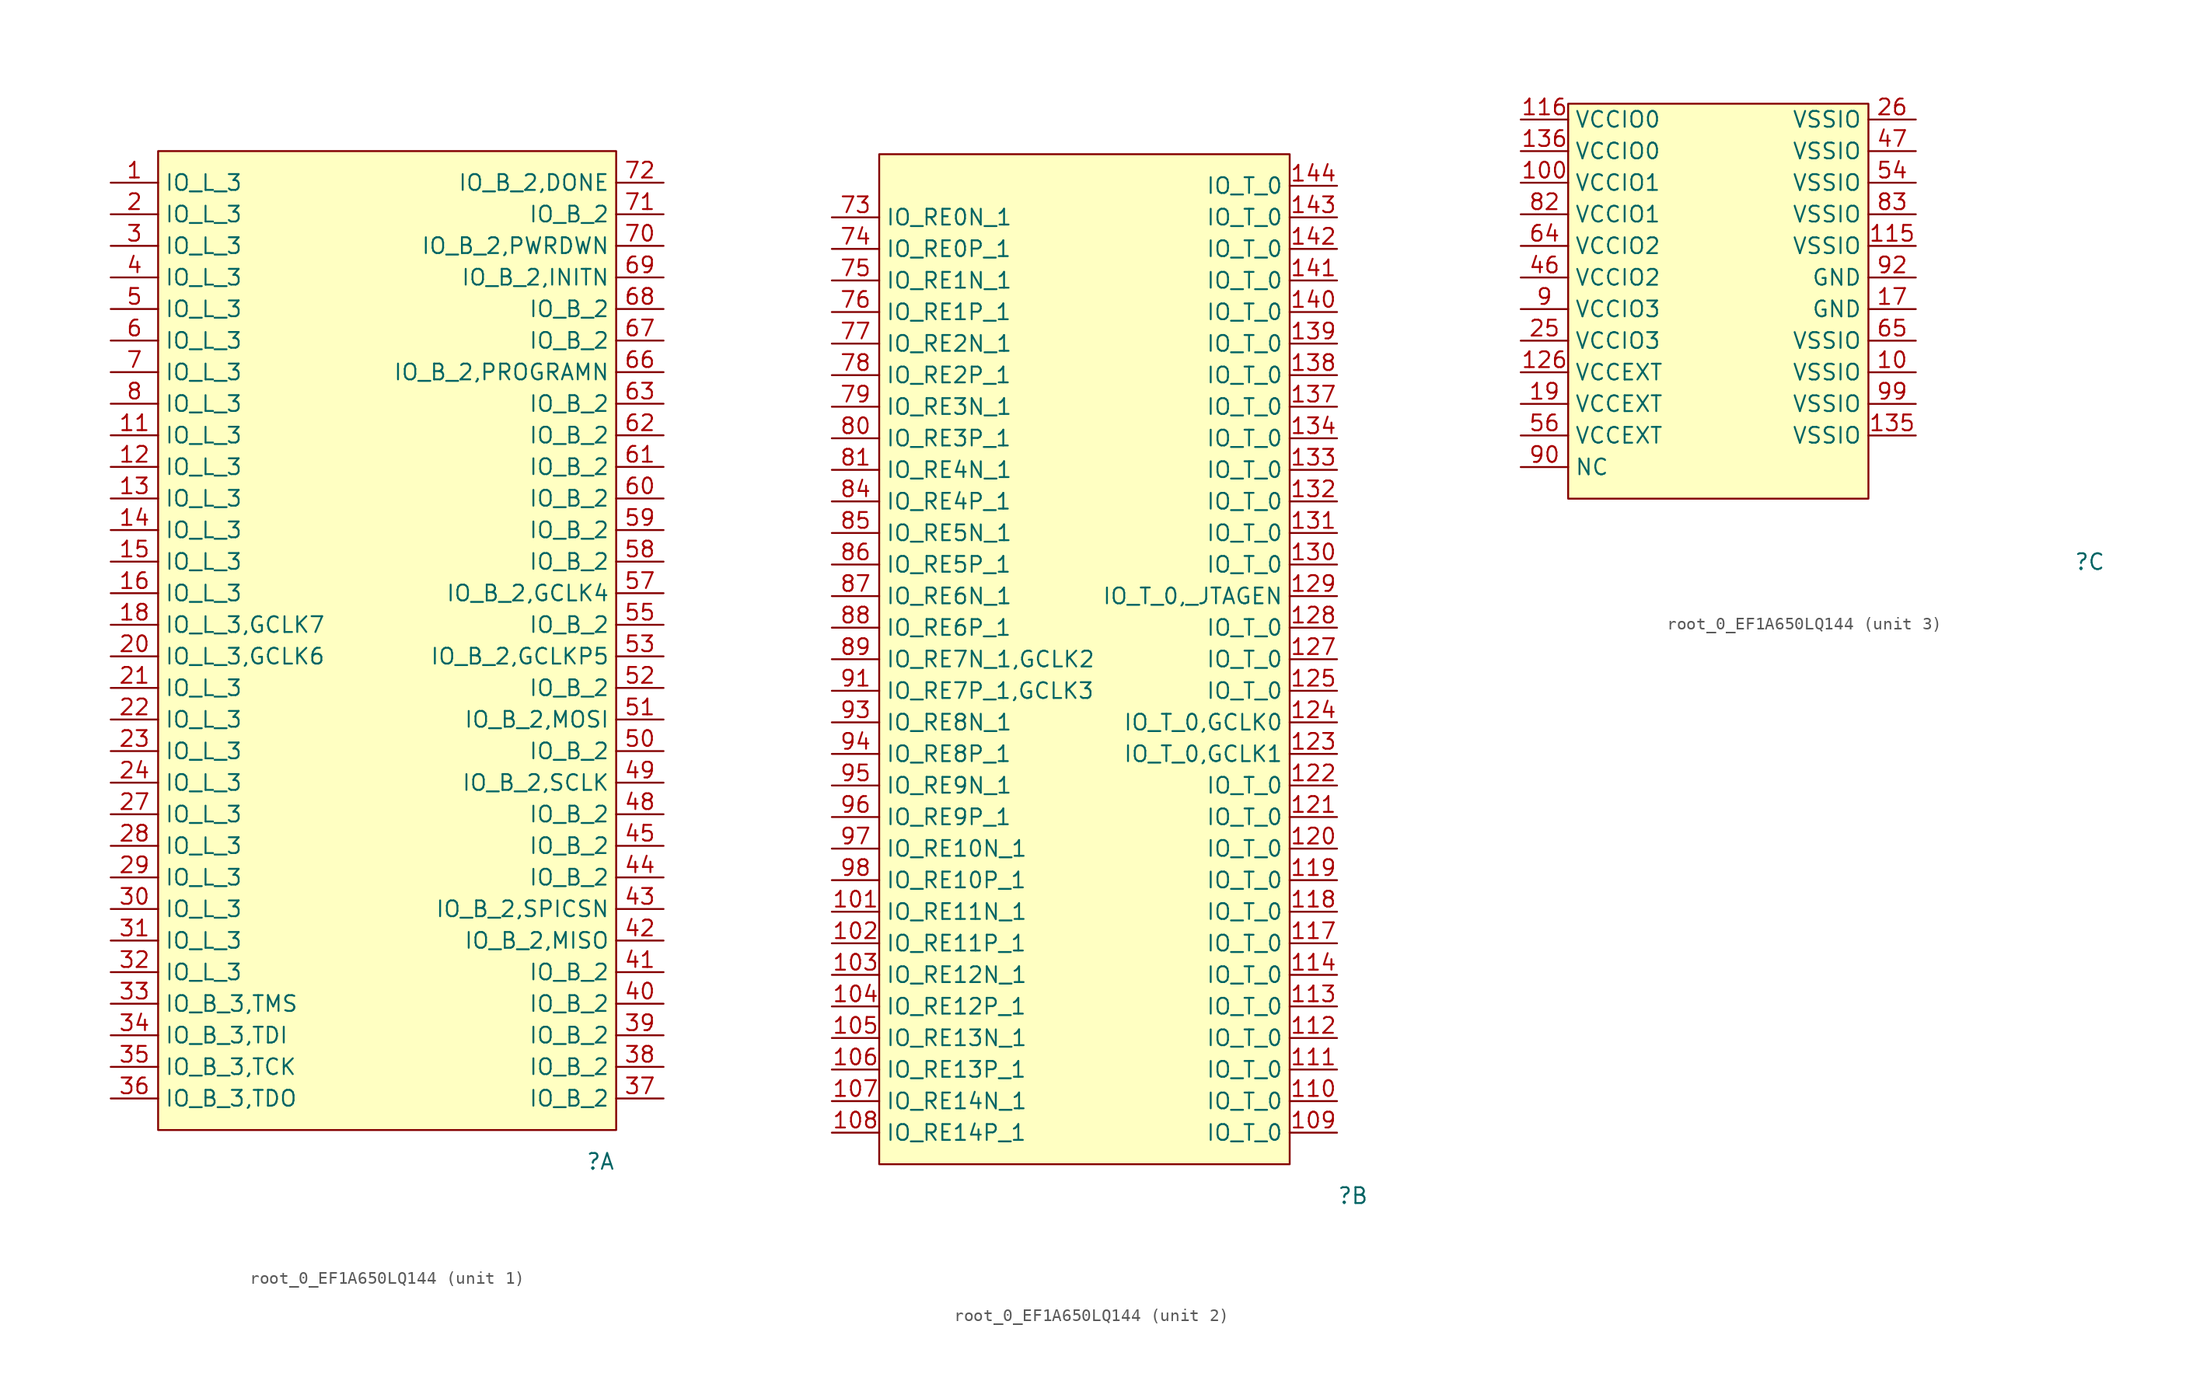
<source format=kicad_sym>
(kicad_symbol_lib
  (version 20220914)
  (generator kicad_symbol_editor)
  (symbol "root_0_EF1A650LQ144"
    (property "Reference" ""
      (at 43.18 -2.54 0)
      (effects (font (size 1.27 1.27))))
    (property "Value" ""
      (at 43.18 -2.54 0)
      (effects (font (size 1.27 1.27))))
    (symbol "root_0_EF1A650LQ144_1_0"
      (rectangle (start 44.45 78.74) (end 7.62 0) (stroke (width 0) (type solid)) (fill (type background)))
      (pin passive line (at 3.81 76.2 0) (length 3.81) (name "IO_L_3" (effects (font (size 1.27 1.27)))) (number "1" (effects (font (size 1.27 1.27)))))
      (pin passive line (at 3.81 55.88 0) (length 3.81) (name "IO_L_3" (effects (font (size 1.27 1.27)))) (number "11" (effects (font (size 1.27 1.27)))))
      (pin passive line (at 3.81 53.34 0) (length 3.81) (name "IO_L_3" (effects (font (size 1.27 1.27)))) (number "12" (effects (font (size 1.27 1.27)))))
      (pin passive line (at 3.81 50.8 0) (length 3.81) (name "IO_L_3" (effects (font (size 1.27 1.27)))) (number "13" (effects (font (size 1.27 1.27)))))
      (pin passive line (at 3.81 48.26 0) (length 3.81) (name "IO_L_3" (effects (font (size 1.27 1.27)))) (number "14" (effects (font (size 1.27 1.27)))))
      (pin passive line (at 3.81 45.72 0) (length 3.81) (name "IO_L_3" (effects (font (size 1.27 1.27)))) (number "15" (effects (font (size 1.27 1.27)))))
      (pin passive line (at 3.81 43.18 0) (length 3.81) (name "IO_L_3" (effects (font (size 1.27 1.27)))) (number "16" (effects (font (size 1.27 1.27)))))
      (pin passive line (at 3.81 40.64 0) (length 3.81) (name "IO_L_3,GCLK7" (effects (font (size 1.27 1.27)))) (number "18" (effects (font (size 1.27 1.27)))))
      (pin passive line (at 3.81 73.66 0) (length 3.81) (name "IO_L_3" (effects (font (size 1.27 1.27)))) (number "2" (effects (font (size 1.27 1.27)))))
      (pin passive line (at 3.81 38.1 0) (length 3.81) (name "IO_L_3,GCLK6" (effects (font (size 1.27 1.27)))) (number "20" (effects (font (size 1.27 1.27)))))
      (pin passive line (at 3.81 35.56 0) (length 3.81) (name "IO_L_3" (effects (font (size 1.27 1.27)))) (number "21" (effects (font (size 1.27 1.27)))))
      (pin passive line (at 3.81 33.02 0) (length 3.81) (name "IO_L_3" (effects (font (size 1.27 1.27)))) (number "22" (effects (font (size 1.27 1.27)))))
      (pin passive line (at 3.81 30.48 0) (length 3.81) (name "IO_L_3" (effects (font (size 1.27 1.27)))) (number "23" (effects (font (size 1.27 1.27)))))
      (pin passive line (at 3.81 27.94 0) (length 3.81) (name "IO_L_3" (effects (font (size 1.27 1.27)))) (number "24" (effects (font (size 1.27 1.27)))))
      (pin passive line (at 3.81 25.4 0) (length 3.81) (name "IO_L_3" (effects (font (size 1.27 1.27)))) (number "27" (effects (font (size 1.27 1.27)))))
      (pin passive line (at 3.81 22.86 0) (length 3.81) (name "IO_L_3" (effects (font (size 1.27 1.27)))) (number "28" (effects (font (size 1.27 1.27)))))
      (pin passive line (at 3.81 20.32 0) (length 3.81) (name "IO_L_3" (effects (font (size 1.27 1.27)))) (number "29" (effects (font (size 1.27 1.27)))))
      (pin passive line (at 3.81 71.12 0) (length 3.81) (name "IO_L_3" (effects (font (size 1.27 1.27)))) (number "3" (effects (font (size 1.27 1.27)))))
      (pin passive line (at 3.81 17.78 0) (length 3.81) (name "IO_L_3" (effects (font (size 1.27 1.27)))) (number "30" (effects (font (size 1.27 1.27)))))
      (pin passive line (at 3.81 15.24 0) (length 3.81) (name "IO_L_3" (effects (font (size 1.27 1.27)))) (number "31" (effects (font (size 1.27 1.27)))))
      (pin passive line (at 3.81 12.7 0) (length 3.81) (name "IO_L_3" (effects (font (size 1.27 1.27)))) (number "32" (effects (font (size 1.27 1.27)))))
      (pin passive line (at 3.81 10.16 0) (length 3.81) (name "IO_B_3,TMS" (effects (font (size 1.27 1.27)))) (number "33" (effects (font (size 1.27 1.27)))))
      (pin passive line (at 3.81 7.62 0) (length 3.81) (name "IO_B_3,TDI" (effects (font (size 1.27 1.27)))) (number "34" (effects (font (size 1.27 1.27)))))
      (pin passive line (at 3.81 5.08 0) (length 3.81) (name "IO_B_3,TCK" (effects (font (size 1.27 1.27)))) (number "35" (effects (font (size 1.27 1.27)))))
      (pin passive line (at 3.81 2.54 0) (length 3.81) (name "IO_B_3,TDO" (effects (font (size 1.27 1.27)))) (number "36" (effects (font (size 1.27 1.27)))))
      (pin passive line (at 48.26 2.54 180) (length 3.81) (name "IO_B_2" (effects (font (size 1.27 1.27)))) (number "37" (effects (font (size 1.27 1.27)))))
      (pin passive line (at 48.26 5.08 180) (length 3.81) (name "IO_B_2" (effects (font (size 1.27 1.27)))) (number "38" (effects (font (size 1.27 1.27)))))
      (pin passive line (at 48.26 7.62 180) (length 3.81) (name "IO_B_2" (effects (font (size 1.27 1.27)))) (number "39" (effects (font (size 1.27 1.27)))))
      (pin passive line (at 3.81 68.58 0) (length 3.81) (name "IO_L_3" (effects (font (size 1.27 1.27)))) (number "4" (effects (font (size 1.27 1.27)))))
      (pin passive line (at 48.26 10.16 180) (length 3.81) (name "IO_B_2" (effects (font (size 1.27 1.27)))) (number "40" (effects (font (size 1.27 1.27)))))
      (pin passive line (at 48.26 12.7 180) (length 3.81) (name "IO_B_2" (effects (font (size 1.27 1.27)))) (number "41" (effects (font (size 1.27 1.27)))))
      (pin passive line (at 48.26 15.24 180) (length 3.81) (name "IO_B_2,MISO" (effects (font (size 1.27 1.27)))) (number "42" (effects (font (size 1.27 1.27)))))
      (pin passive line (at 48.26 17.78 180) (length 3.81) (name "IO_B_2,SPICSN" (effects (font (size 1.27 1.27)))) (number "43" (effects (font (size 1.27 1.27)))))
      (pin passive line (at 48.26 20.32 180) (length 3.81) (name "IO_B_2" (effects (font (size 1.27 1.27)))) (number "44" (effects (font (size 1.27 1.27)))))
      (pin passive line (at 48.26 22.86 180) (length 3.81) (name "IO_B_2" (effects (font (size 1.27 1.27)))) (number "45" (effects (font (size 1.27 1.27)))))
      (pin passive line (at 48.26 25.4 180) (length 3.81) (name "IO_B_2" (effects (font (size 1.27 1.27)))) (number "48" (effects (font (size 1.27 1.27)))))
      (pin passive line (at 48.26 27.94 180) (length 3.81) (name "IO_B_2,SCLK" (effects (font (size 1.27 1.27)))) (number "49" (effects (font (size 1.27 1.27)))))
      (pin passive line (at 3.81 66.04 0) (length 3.81) (name "IO_L_3" (effects (font (size 1.27 1.27)))) (number "5" (effects (font (size 1.27 1.27)))))
      (pin passive line (at 48.26 30.48 180) (length 3.81) (name "IO_B_2" (effects (font (size 1.27 1.27)))) (number "50" (effects (font (size 1.27 1.27)))))
      (pin passive line (at 48.26 33.02 180) (length 3.81) (name "IO_B_2,MOSI" (effects (font (size 1.27 1.27)))) (number "51" (effects (font (size 1.27 1.27)))))
      (pin passive line (at 48.26 35.56 180) (length 3.81) (name "IO_B_2" (effects (font (size 1.27 1.27)))) (number "52" (effects (font (size 1.27 1.27)))))
      (pin passive line (at 48.26 38.1 180) (length 3.81) (name "IO_B_2,GCLKP5" (effects (font (size 1.27 1.27)))) (number "53" (effects (font (size 1.27 1.27)))))
      (pin passive line (at 48.26 40.64 180) (length 3.81) (name "IO_B_2" (effects (font (size 1.27 1.27)))) (number "55" (effects (font (size 1.27 1.27)))))
      (pin passive line (at 48.26 43.18 180) (length 3.81) (name "IO_B_2,GCLK4" (effects (font (size 1.27 1.27)))) (number "57" (effects (font (size 1.27 1.27)))))
      (pin passive line (at 48.26 45.72 180) (length 3.81) (name "IO_B_2" (effects (font (size 1.27 1.27)))) (number "58" (effects (font (size 1.27 1.27)))))
      (pin passive line (at 48.26 48.26 180) (length 3.81) (name "IO_B_2" (effects (font (size 1.27 1.27)))) (number "59" (effects (font (size 1.27 1.27)))))
      (pin passive line (at 3.81 63.5 0) (length 3.81) (name "IO_L_3" (effects (font (size 1.27 1.27)))) (number "6" (effects (font (size 1.27 1.27)))))
      (pin passive line (at 48.26 50.8 180) (length 3.81) (name "IO_B_2" (effects (font (size 1.27 1.27)))) (number "60" (effects (font (size 1.27 1.27)))))
      (pin passive line (at 48.26 53.34 180) (length 3.81) (name "IO_B_2" (effects (font (size 1.27 1.27)))) (number "61" (effects (font (size 1.27 1.27)))))
      (pin passive line (at 48.26 55.88 180) (length 3.81) (name "IO_B_2" (effects (font (size 1.27 1.27)))) (number "62" (effects (font (size 1.27 1.27)))))
      (pin passive line (at 48.26 58.42 180) (length 3.81) (name "IO_B_2" (effects (font (size 1.27 1.27)))) (number "63" (effects (font (size 1.27 1.27)))))
      (pin passive line (at 48.26 60.96 180) (length 3.81) (name "IO_B_2,PROGRAMN" (effects (font (size 1.27 1.27)))) (number "66" (effects (font (size 1.27 1.27)))))
      (pin passive line (at 48.26 63.5 180) (length 3.81) (name "IO_B_2" (effects (font (size 1.27 1.27)))) (number "67" (effects (font (size 1.27 1.27)))))
      (pin passive line (at 48.26 66.04 180) (length 3.81) (name "IO_B_2" (effects (font (size 1.27 1.27)))) (number "68" (effects (font (size 1.27 1.27)))))
      (pin passive line (at 48.26 68.58 180) (length 3.81) (name "IO_B_2,INITN" (effects (font (size 1.27 1.27)))) (number "69" (effects (font (size 1.27 1.27)))))
      (pin passive line (at 3.81 60.96 0) (length 3.81) (name "IO_L_3" (effects (font (size 1.27 1.27)))) (number "7" (effects (font (size 1.27 1.27)))))
      (pin passive line (at 48.26 71.12 180) (length 3.81) (name "IO_B_2,PWRDWN" (effects (font (size 1.27 1.27)))) (number "70" (effects (font (size 1.27 1.27)))))
      (pin passive line (at 48.26 73.66 180) (length 3.81) (name "IO_B_2" (effects (font (size 1.27 1.27)))) (number "71" (effects (font (size 1.27 1.27)))))
      (pin passive line (at 48.26 76.2 180) (length 3.81) (name "IO_B_2,DONE" (effects (font (size 1.27 1.27)))) (number "72" (effects (font (size 1.27 1.27)))))
      (pin passive line (at 3.81 58.42 0) (length 3.81) (name "IO_L_3" (effects (font (size 1.27 1.27)))) (number "8" (effects (font (size 1.27 1.27))))))
    (symbol "root_0_EF1A650LQ144_2_0"
      (rectangle (start 38.1 81.28) (end 5.08 0) (stroke (width 0) (type solid)) (fill (type background)))
      (pin passive line (at 1.27 20.32 0) (length 3.81) (name "IO_RE11N_1" (effects (font (size 1.27 1.27)))) (number "101" (effects (font (size 1.27 1.27)))))
      (pin passive line (at 1.27 17.78 0) (length 3.81) (name "IO_RE11P_1" (effects (font (size 1.27 1.27)))) (number "102" (effects (font (size 1.27 1.27)))))
      (pin passive line (at 1.27 15.24 0) (length 3.81) (name "IO_RE12N_1" (effects (font (size 1.27 1.27)))) (number "103" (effects (font (size 1.27 1.27)))))
      (pin passive line (at 1.27 12.7 0) (length 3.81) (name "IO_RE12P_1" (effects (font (size 1.27 1.27)))) (number "104" (effects (font (size 1.27 1.27)))))
      (pin passive line (at 1.27 10.16 0) (length 3.81) (name "IO_RE13N_1" (effects (font (size 1.27 1.27)))) (number "105" (effects (font (size 1.27 1.27)))))
      (pin passive line (at 1.27 7.62 0) (length 3.81) (name "IO_RE13P_1" (effects (font (size 1.27 1.27)))) (number "106" (effects (font (size 1.27 1.27)))))
      (pin passive line (at 1.27 5.08 0) (length 3.81) (name "IO_RE14N_1" (effects (font (size 1.27 1.27)))) (number "107" (effects (font (size 1.27 1.27)))))
      (pin passive line (at 1.27 2.54 0) (length 3.81) (name "IO_RE14P_1" (effects (font (size 1.27 1.27)))) (number "108" (effects (font (size 1.27 1.27)))))
      (pin passive line (at 41.91 2.54 180) (length 3.81) (name "IO_T_0" (effects (font (size 1.27 1.27)))) (number "109" (effects (font (size 1.27 1.27)))))
      (pin passive line (at 41.91 5.08 180) (length 3.81) (name "IO_T_0" (effects (font (size 1.27 1.27)))) (number "110" (effects (font (size 1.27 1.27)))))
      (pin passive line (at 41.91 7.62 180) (length 3.81) (name "IO_T_0" (effects (font (size 1.27 1.27)))) (number "111" (effects (font (size 1.27 1.27)))))
      (pin passive line (at 41.91 10.16 180) (length 3.81) (name "IO_T_0" (effects (font (size 1.27 1.27)))) (number "112" (effects (font (size 1.27 1.27)))))
      (pin passive line (at 41.91 12.7 180) (length 3.81) (name "IO_T_0" (effects (font (size 1.27 1.27)))) (number "113" (effects (font (size 1.27 1.27)))))
      (pin passive line (at 41.91 15.24 180) (length 3.81) (name "IO_T_0" (effects (font (size 1.27 1.27)))) (number "114" (effects (font (size 1.27 1.27)))))
      (pin passive line (at 41.91 17.78 180) (length 3.81) (name "IO_T_0" (effects (font (size 1.27 1.27)))) (number "117" (effects (font (size 1.27 1.27)))))
      (pin passive line (at 41.91 20.32 180) (length 3.81) (name "IO_T_0" (effects (font (size 1.27 1.27)))) (number "118" (effects (font (size 1.27 1.27)))))
      (pin passive line (at 41.91 22.86 180) (length 3.81) (name "IO_T_0" (effects (font (size 1.27 1.27)))) (number "119" (effects (font (size 1.27 1.27)))))
      (pin passive line (at 41.91 25.4 180) (length 3.81) (name "IO_T_0" (effects (font (size 1.27 1.27)))) (number "120" (effects (font (size 1.27 1.27)))))
      (pin passive line (at 41.91 27.94 180) (length 3.81) (name "IO_T_0" (effects (font (size 1.27 1.27)))) (number "121" (effects (font (size 1.27 1.27)))))
      (pin passive line (at 41.91 30.48 180) (length 3.81) (name "IO_T_0" (effects (font (size 1.27 1.27)))) (number "122" (effects (font (size 1.27 1.27)))))
      (pin passive line (at 41.91 33.02 180) (length 3.81) (name "IO_T_0,GCLK1" (effects (font (size 1.27 1.27)))) (number "123" (effects (font (size 1.27 1.27)))))
      (pin passive line (at 41.91 35.56 180) (length 3.81) (name "IO_T_0,GCLK0" (effects (font (size 1.27 1.27)))) (number "124" (effects (font (size 1.27 1.27)))))
      (pin passive line (at 41.91 38.1 180) (length 3.81) (name "IO_T_0" (effects (font (size 1.27 1.27)))) (number "125" (effects (font (size 1.27 1.27)))))
      (pin passive line (at 41.91 40.64 180) (length 3.81) (name "IO_T_0" (effects (font (size 1.27 1.27)))) (number "127" (effects (font (size 1.27 1.27)))))
      (pin passive line (at 41.91 43.18 180) (length 3.81) (name "IO_T_0" (effects (font (size 1.27 1.27)))) (number "128" (effects (font (size 1.27 1.27)))))
      (pin passive line (at 41.91 45.72 180) (length 3.81) (name "IO_T_0,_JTAGEN" (effects (font (size 1.27 1.27)))) (number "129" (effects (font (size 1.27 1.27)))))
      (pin passive line (at 41.91 48.26 180) (length 3.81) (name "IO_T_0" (effects (font (size 1.27 1.27)))) (number "130" (effects (font (size 1.27 1.27)))))
      (pin passive line (at 41.91 50.8 180) (length 3.81) (name "IO_T_0" (effects (font (size 1.27 1.27)))) (number "131" (effects (font (size 1.27 1.27)))))
      (pin passive line (at 41.91 53.34 180) (length 3.81) (name "IO_T_0" (effects (font (size 1.27 1.27)))) (number "132" (effects (font (size 1.27 1.27)))))
      (pin passive line (at 41.91 55.88 180) (length 3.81) (name "IO_T_0" (effects (font (size 1.27 1.27)))) (number "133" (effects (font (size 1.27 1.27)))))
      (pin passive line (at 41.91 58.42 180) (length 3.81) (name "IO_T_0" (effects (font (size 1.27 1.27)))) (number "134" (effects (font (size 1.27 1.27)))))
      (pin passive line (at 41.91 60.96 180) (length 3.81) (name "IO_T_0" (effects (font (size 1.27 1.27)))) (number "137" (effects (font (size 1.27 1.27)))))
      (pin passive line (at 41.91 63.5 180) (length 3.81) (name "IO_T_0" (effects (font (size 1.27 1.27)))) (number "138" (effects (font (size 1.27 1.27)))))
      (pin passive line (at 41.91 66.04 180) (length 3.81) (name "IO_T_0" (effects (font (size 1.27 1.27)))) (number "139" (effects (font (size 1.27 1.27)))))
      (pin passive line (at 41.91 68.58 180) (length 3.81) (name "IO_T_0" (effects (font (size 1.27 1.27)))) (number "140" (effects (font (size 1.27 1.27)))))
      (pin passive line (at 41.91 71.12 180) (length 3.81) (name "IO_T_0" (effects (font (size 1.27 1.27)))) (number "141" (effects (font (size 1.27 1.27)))))
      (pin passive line (at 41.91 73.66 180) (length 3.81) (name "IO_T_0" (effects (font (size 1.27 1.27)))) (number "142" (effects (font (size 1.27 1.27)))))
      (pin passive line (at 41.91 76.2 180) (length 3.81) (name "IO_T_0" (effects (font (size 1.27 1.27)))) (number "143" (effects (font (size 1.27 1.27)))))
      (pin passive line (at 41.91 78.74 180) (length 3.81) (name "IO_T_0" (effects (font (size 1.27 1.27)))) (number "144" (effects (font (size 1.27 1.27)))))
      (pin passive line (at 1.27 76.2 0) (length 3.81) (name "IO_RE0N_1" (effects (font (size 1.27 1.27)))) (number "73" (effects (font (size 1.27 1.27)))))
      (pin passive line (at 1.27 73.66 0) (length 3.81) (name "IO_RE0P_1" (effects (font (size 1.27 1.27)))) (number "74" (effects (font (size 1.27 1.27)))))
      (pin passive line (at 1.27 71.12 0) (length 3.81) (name "IO_RE1N_1" (effects (font (size 1.27 1.27)))) (number "75" (effects (font (size 1.27 1.27)))))
      (pin passive line (at 1.27 68.58 0) (length 3.81) (name "IO_RE1P_1" (effects (font (size 1.27 1.27)))) (number "76" (effects (font (size 1.27 1.27)))))
      (pin passive line (at 1.27 66.04 0) (length 3.81) (name "IO_RE2N_1" (effects (font (size 1.27 1.27)))) (number "77" (effects (font (size 1.27 1.27)))))
      (pin passive line (at 1.27 63.5 0) (length 3.81) (name "IO_RE2P_1" (effects (font (size 1.27 1.27)))) (number "78" (effects (font (size 1.27 1.27)))))
      (pin passive line (at 1.27 60.96 0) (length 3.81) (name "IO_RE3N_1" (effects (font (size 1.27 1.27)))) (number "79" (effects (font (size 1.27 1.27)))))
      (pin passive line (at 1.27 58.42 0) (length 3.81) (name "IO_RE3P_1" (effects (font (size 1.27 1.27)))) (number "80" (effects (font (size 1.27 1.27)))))
      (pin passive line (at 1.27 55.88 0) (length 3.81) (name "IO_RE4N_1" (effects (font (size 1.27 1.27)))) (number "81" (effects (font (size 1.27 1.27)))))
      (pin passive line (at 1.27 53.34 0) (length 3.81) (name "IO_RE4P_1" (effects (font (size 1.27 1.27)))) (number "84" (effects (font (size 1.27 1.27)))))
      (pin passive line (at 1.27 50.8 0) (length 3.81) (name "IO_RE5N_1" (effects (font (size 1.27 1.27)))) (number "85" (effects (font (size 1.27 1.27)))))
      (pin passive line (at 1.27 48.26 0) (length 3.81) (name "IO_RE5P_1" (effects (font (size 1.27 1.27)))) (number "86" (effects (font (size 1.27 1.27)))))
      (pin passive line (at 1.27 45.72 0) (length 3.81) (name "IO_RE6N_1" (effects (font (size 1.27 1.27)))) (number "87" (effects (font (size 1.27 1.27)))))
      (pin passive line (at 1.27 43.18 0) (length 3.81) (name "IO_RE6P_1" (effects (font (size 1.27 1.27)))) (number "88" (effects (font (size 1.27 1.27)))))
      (pin passive line (at 1.27 40.64 0) (length 3.81) (name "IO_RE7N_1,GCLK2" (effects (font (size 1.27 1.27)))) (number "89" (effects (font (size 1.27 1.27)))))
      (pin passive line (at 1.27 38.1 0) (length 3.81) (name "IO_RE7P_1,GCLK3" (effects (font (size 1.27 1.27)))) (number "91" (effects (font (size 1.27 1.27)))))
      (pin passive line (at 1.27 35.56 0) (length 3.81) (name "IO_RE8N_1" (effects (font (size 1.27 1.27)))) (number "93" (effects (font (size 1.27 1.27)))))
      (pin passive line (at 1.27 33.02 0) (length 3.81) (name "IO_RE8P_1" (effects (font (size 1.27 1.27)))) (number "94" (effects (font (size 1.27 1.27)))))
      (pin passive line (at 1.27 30.48 0) (length 3.81) (name "IO_RE9N_1" (effects (font (size 1.27 1.27)))) (number "95" (effects (font (size 1.27 1.27)))))
      (pin passive line (at 1.27 27.94 0) (length 3.81) (name "IO_RE9P_1" (effects (font (size 1.27 1.27)))) (number "96" (effects (font (size 1.27 1.27)))))
      (pin passive line (at 1.27 25.4 0) (length 3.81) (name "IO_RE10N_1" (effects (font (size 1.27 1.27)))) (number "97" (effects (font (size 1.27 1.27)))))
      (pin passive line (at 1.27 22.86 0) (length 3.81) (name "IO_RE10P_1" (effects (font (size 1.27 1.27)))) (number "98" (effects (font (size 1.27 1.27))))))
    (symbol "root_0_EF1A650LQ144_3_0"
      (rectangle (start 25.4 34.29) (end 1.27 2.54) (stroke (width 0) (type solid)) (fill (type background)))
      (pin passive line (at 29.21 12.7 180) (length 3.81) (name "VSSIO" (effects (font (size 1.27 1.27)))) (number "10" (effects (font (size 1.27 1.27)))))
      (pin passive line (at -2.54 27.94 0) (length 3.81) (name "VCCIO1" (effects (font (size 1.27 1.27)))) (number "100" (effects (font (size 1.27 1.27)))))
      (pin passive line (at 29.21 22.86 180) (length 3.81) (name "VSSIO" (effects (font (size 1.27 1.27)))) (number "115" (effects (font (size 1.27 1.27)))))
      (pin passive line (at -2.54 33.02 0) (length 3.81) (name "VCCIO0" (effects (font (size 1.27 1.27)))) (number "116" (effects (font (size 1.27 1.27)))))
      (pin passive line (at -2.54 12.7 0) (length 3.81) (name "VCCEXT" (effects (font (size 1.27 1.27)))) (number "126" (effects (font (size 1.27 1.27)))))
      (pin passive line (at 29.21 7.62 180) (length 3.81) (name "VSSIO" (effects (font (size 1.27 1.27)))) (number "135" (effects (font (size 1.27 1.27)))))
      (pin passive line (at -2.54 30.48 0) (length 3.81) (name "VCCIO0" (effects (font (size 1.27 1.27)))) (number "136" (effects (font (size 1.27 1.27)))))
      (pin passive line (at 29.21 17.78 180) (length 3.81) (name "GND" (effects (font (size 1.27 1.27)))) (number "17" (effects (font (size 1.27 1.27)))))
      (pin passive line (at -2.54 10.16 0) (length 3.81) (name "VCCEXT" (effects (font (size 1.27 1.27)))) (number "19" (effects (font (size 1.27 1.27)))))
      (pin passive line (at -2.54 15.24 0) (length 3.81) (name "VCCIO3" (effects (font (size 1.27 1.27)))) (number "25" (effects (font (size 1.27 1.27)))))
      (pin passive line (at 29.21 33.02 180) (length 3.81) (name "VSSIO" (effects (font (size 1.27 1.27)))) (number "26" (effects (font (size 1.27 1.27)))))
      (pin passive line (at -2.54 20.32 0) (length 3.81) (name "VCCIO2" (effects (font (size 1.27 1.27)))) (number "46" (effects (font (size 1.27 1.27)))))
      (pin passive line (at 29.21 30.48 180) (length 3.81) (name "VSSIO" (effects (font (size 1.27 1.27)))) (number "47" (effects (font (size 1.27 1.27)))))
      (pin passive line (at 29.21 27.94 180) (length 3.81) (name "VSSIO" (effects (font (size 1.27 1.27)))) (number "54" (effects (font (size 1.27 1.27)))))
      (pin passive line (at -2.54 7.62 0) (length 3.81) (name "VCCEXT" (effects (font (size 1.27 1.27)))) (number "56" (effects (font (size 1.27 1.27)))))
      (pin passive line (at -2.54 22.86 0) (length 3.81) (name "VCCIO2" (effects (font (size 1.27 1.27)))) (number "64" (effects (font (size 1.27 1.27)))))
      (pin passive line (at 29.21 15.24 180) (length 3.81) (name "VSSIO" (effects (font (size 1.27 1.27)))) (number "65" (effects (font (size 1.27 1.27)))))
      (pin passive line (at -2.54 25.4 0) (length 3.81) (name "VCCIO1" (effects (font (size 1.27 1.27)))) (number "82" (effects (font (size 1.27 1.27)))))
      (pin passive line (at 29.21 25.4 180) (length 3.81) (name "VSSIO" (effects (font (size 1.27 1.27)))) (number "83" (effects (font (size 1.27 1.27)))))
      (pin passive line (at -2.54 17.78 0) (length 3.81) (name "VCCIO3" (effects (font (size 1.27 1.27)))) (number "9" (effects (font (size 1.27 1.27)))))
      (pin passive line (at -2.54 5.08 0) (length 3.81) (name "NC" (effects (font (size 1.27 1.27)))) (number "90" (effects (font (size 1.27 1.27)))))
      (pin passive line (at 29.21 20.32 180) (length 3.81) (name "GND" (effects (font (size 1.27 1.27)))) (number "92" (effects (font (size 1.27 1.27)))))
      (pin passive line (at 29.21 10.16 180) (length 3.81) (name "VSSIO" (effects (font (size 1.27 1.27)))) (number "99" (effects (font (size 1.27 1.27))))))))
</source>
